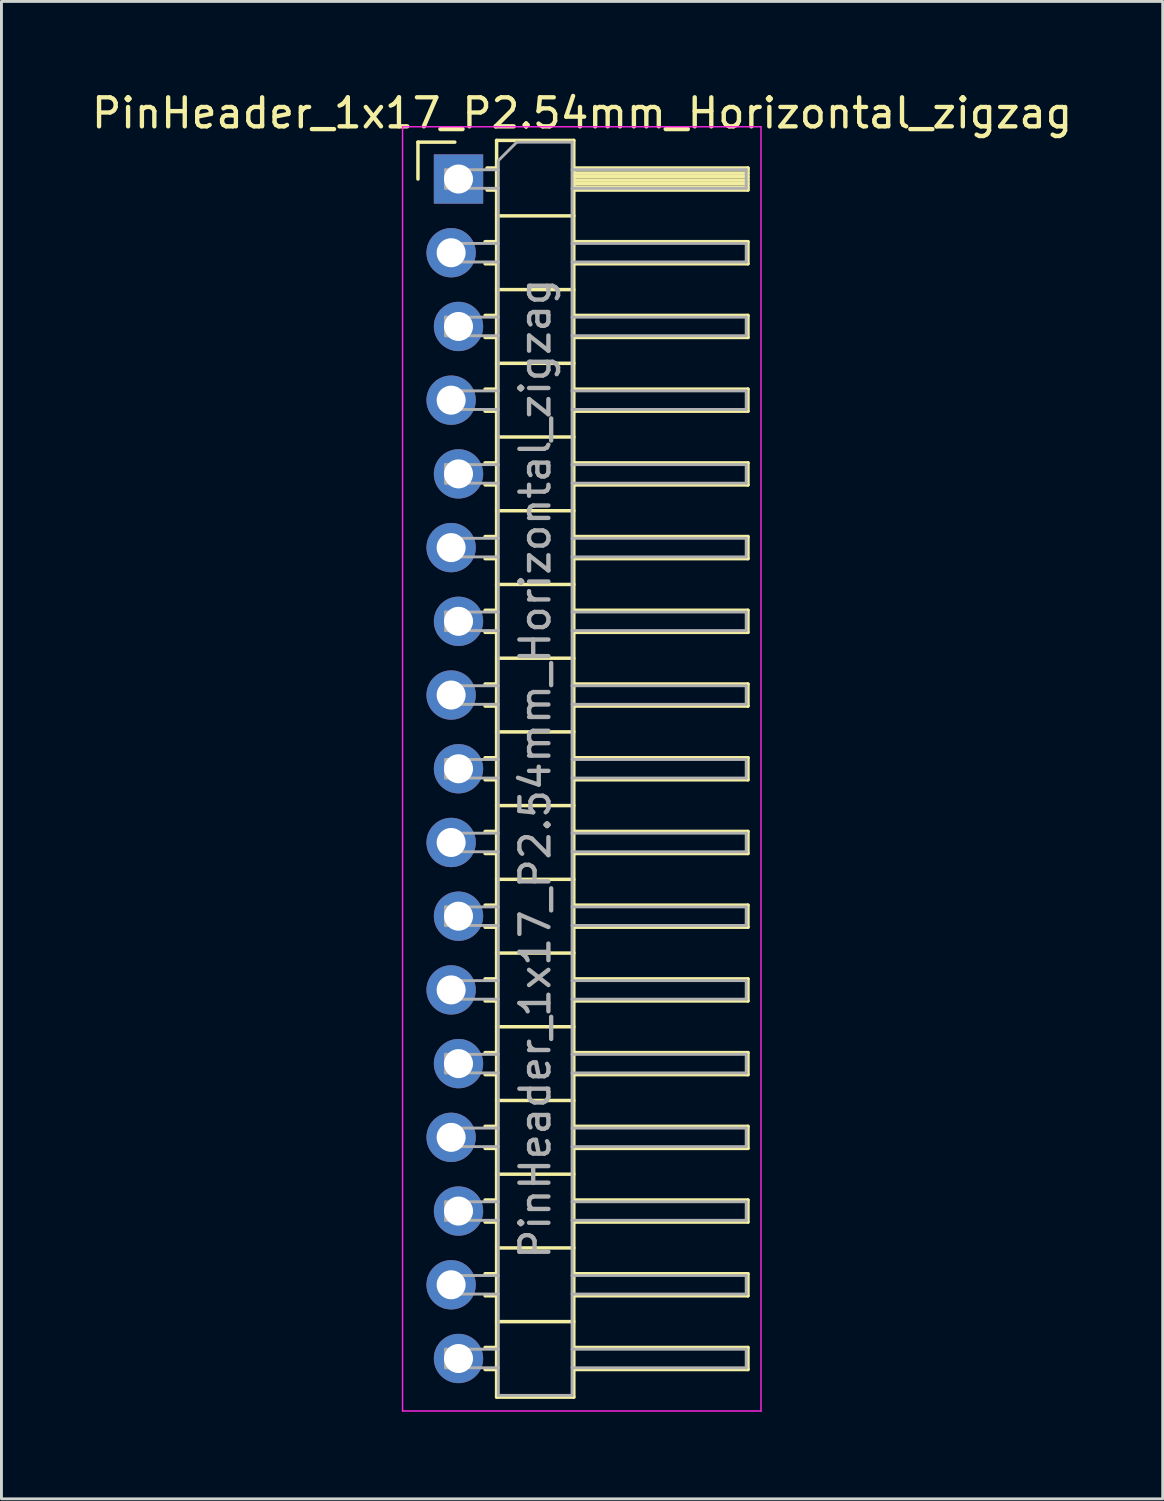
<source format=kicad_pcb>
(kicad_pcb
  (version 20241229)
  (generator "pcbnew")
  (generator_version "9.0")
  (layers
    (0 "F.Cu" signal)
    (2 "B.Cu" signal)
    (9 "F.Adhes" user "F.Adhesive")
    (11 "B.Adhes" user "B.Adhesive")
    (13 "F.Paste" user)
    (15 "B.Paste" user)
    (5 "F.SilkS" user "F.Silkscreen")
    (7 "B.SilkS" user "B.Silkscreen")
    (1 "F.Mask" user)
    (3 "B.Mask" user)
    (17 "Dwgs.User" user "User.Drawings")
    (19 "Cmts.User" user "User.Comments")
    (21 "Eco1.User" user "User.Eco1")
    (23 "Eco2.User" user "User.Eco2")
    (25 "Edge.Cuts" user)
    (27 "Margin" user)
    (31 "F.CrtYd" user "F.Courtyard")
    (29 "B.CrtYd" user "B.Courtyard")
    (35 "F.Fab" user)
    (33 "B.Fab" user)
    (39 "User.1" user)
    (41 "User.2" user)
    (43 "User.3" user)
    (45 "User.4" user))
  (footprint "PinHeader_1x17_P2.54mm_Horizontal_zigzag"
    (layer "F.Cu")
    (at 12.621 3.118)
    (property "Reference" "PinHeader_1x17_P2.54mm_Horizontal_zigzag" (at 4.385 -2.27 0) (layer "F.SilkS") (effects (font (size 1 1) (thickness 0.15))))
    (attr through_hole)
    (fp_line (start -1.27 -1.27) (end 0 -1.27) (stroke (width 0.12) (type solid)) (layer "F.SilkS"))
    (fp_line (start -1.27 0) (end -1.27 -1.27) (stroke (width 0.12) (type solid)) (layer "F.SilkS"))
    (fp_line (start 1.043 2.16) (end 1.44 2.16) (stroke (width 0.12) (type solid)) (layer "F.SilkS"))
    (fp_line (start 1.043 2.92) (end 1.44 2.92) (stroke (width 0.12) (type solid)) (layer "F.SilkS"))
    (fp_line (start 1.043 4.7) (end 1.44 4.7) (stroke (width 0.12) (type solid)) (layer "F.SilkS"))
    (fp_line (start 1.043 5.46) (end 1.44 5.46) (stroke (width 0.12) (type solid)) (layer "F.SilkS"))
    (fp_line (start 1.043 7.24) (end 1.44 7.24) (stroke (width 0.12) (type solid)) (layer "F.SilkS"))
    (fp_line (start 1.043 8) (end 1.44 8) (stroke (width 0.12) (type solid)) (layer "F.SilkS"))
    (fp_line (start 1.043 9.78) (end 1.44 9.78) (stroke (width 0.12) (type solid)) (layer "F.SilkS"))
    (fp_line (start 1.043 10.54) (end 1.44 10.54) (stroke (width 0.12) (type solid)) (layer "F.SilkS"))
    (fp_line (start 1.043 12.32) (end 1.44 12.32) (stroke (width 0.12) (type solid)) (layer "F.SilkS"))
    (fp_line (start 1.043 13.08) (end 1.44 13.08) (stroke (width 0.12) (type solid)) (layer "F.SilkS"))
    (fp_line (start 1.043 14.86) (end 1.44 14.86) (stroke (width 0.12) (type solid)) (layer "F.SilkS"))
    (fp_line (start 1.043 15.62) (end 1.44 15.62) (stroke (width 0.12) (type solid)) (layer "F.SilkS"))
    (fp_line (start 1.043 17.4) (end 1.44 17.4) (stroke (width 0.12) (type solid)) (layer "F.SilkS"))
    (fp_line (start 1.043 18.16) (end 1.44 18.16) (stroke (width 0.12) (type solid)) (layer "F.SilkS"))
    (fp_line (start 1.043 19.94) (end 1.44 19.94) (stroke (width 0.12) (type solid)) (layer "F.SilkS"))
    (fp_line (start 1.043 20.7) (end 1.44 20.7) (stroke (width 0.12) (type solid)) (layer "F.SilkS"))
    (fp_line (start 1.043 22.48) (end 1.44 22.48) (stroke (width 0.12) (type solid)) (layer "F.SilkS"))
    (fp_line (start 1.043 23.24) (end 1.44 23.24) (stroke (width 0.12) (type solid)) (layer "F.SilkS"))
    (fp_line (start 1.043 25.02) (end 1.44 25.02) (stroke (width 0.12) (type solid)) (layer "F.SilkS"))
    (fp_line (start 1.043 25.78) (end 1.44 25.78) (stroke (width 0.12) (type solid)) (layer "F.SilkS"))
    (fp_line (start 1.043 27.56) (end 1.44 27.56) (stroke (width 0.12) (type solid)) (layer "F.SilkS"))
    (fp_line (start 1.043 28.32) (end 1.44 28.32) (stroke (width 0.12) (type solid)) (layer "F.SilkS"))
    (fp_line (start 1.043 30.1) (end 1.44 30.1) (stroke (width 0.12) (type solid)) (layer "F.SilkS"))
    (fp_line (start 1.043 30.86) (end 1.44 30.86) (stroke (width 0.12) (type solid)) (layer "F.SilkS"))
    (fp_line (start 1.043 32.64) (end 1.44 32.64) (stroke (width 0.12) (type solid)) (layer "F.SilkS"))
    (fp_line (start 1.043 33.4) (end 1.44 33.4) (stroke (width 0.12) (type solid)) (layer "F.SilkS"))
    (fp_line (start 1.043 35.18) (end 1.44 35.18) (stroke (width 0.12) (type solid)) (layer "F.SilkS"))
    (fp_line (start 1.043 35.94) (end 1.44 35.94) (stroke (width 0.12) (type solid)) (layer "F.SilkS"))
    (fp_line (start 1.043 37.72) (end 1.44 37.72) (stroke (width 0.12) (type solid)) (layer "F.SilkS"))
    (fp_line (start 1.043 38.48) (end 1.44 38.48) (stroke (width 0.12) (type solid)) (layer "F.SilkS"))
    (fp_line (start 1.043 40.26) (end 1.44 40.26) (stroke (width 0.12) (type solid)) (layer "F.SilkS"))
    (fp_line (start 1.043 41.02) (end 1.44 41.02) (stroke (width 0.12) (type solid)) (layer "F.SilkS"))
    (fp_line (start 1.11 -0.38) (end 1.44 -0.38) (stroke (width 0.12) (type solid)) (layer "F.SilkS"))
    (fp_line (start 1.11 0.38) (end 1.44 0.38) (stroke (width 0.12) (type solid)) (layer "F.SilkS"))
    (fp_line (start 1.44 -1.33) (end 1.44 41.97) (stroke (width 0.12) (type solid)) (layer "F.SilkS"))
    (fp_line (start 1.44 1.27) (end 4.1 1.27) (stroke (width 0.12) (type solid)) (layer "F.SilkS"))
    (fp_line (start 1.44 3.81) (end 4.1 3.81) (stroke (width 0.12) (type solid)) (layer "F.SilkS"))
    (fp_line (start 1.44 6.35) (end 4.1 6.35) (stroke (width 0.12) (type solid)) (layer "F.SilkS"))
    (fp_line (start 1.44 8.89) (end 4.1 8.89) (stroke (width 0.12) (type solid)) (layer "F.SilkS"))
    (fp_line (start 1.44 11.43) (end 4.1 11.43) (stroke (width 0.12) (type solid)) (layer "F.SilkS"))
    (fp_line (start 1.44 13.97) (end 4.1 13.97) (stroke (width 0.12) (type solid)) (layer "F.SilkS"))
    (fp_line (start 1.44 16.51) (end 4.1 16.51) (stroke (width 0.12) (type solid)) (layer "F.SilkS"))
    (fp_line (start 1.44 19.05) (end 4.1 19.05) (stroke (width 0.12) (type solid)) (layer "F.SilkS"))
    (fp_line (start 1.44 21.59) (end 4.1 21.59) (stroke (width 0.12) (type solid)) (layer "F.SilkS"))
    (fp_line (start 1.44 24.13) (end 4.1 24.13) (stroke (width 0.12) (type solid)) (layer "F.SilkS"))
    (fp_line (start 1.44 26.67) (end 4.1 26.67) (stroke (width 0.12) (type solid)) (layer "F.SilkS"))
    (fp_line (start 1.44 29.21) (end 4.1 29.21) (stroke (width 0.12) (type solid)) (layer "F.SilkS"))
    (fp_line (start 1.44 31.75) (end 4.1 31.75) (stroke (width 0.12) (type solid)) (layer "F.SilkS"))
    (fp_line (start 1.44 34.29) (end 4.1 34.29) (stroke (width 0.12) (type solid)) (layer "F.SilkS"))
    (fp_line (start 1.44 36.83) (end 4.1 36.83) (stroke (width 0.12) (type solid)) (layer "F.SilkS"))
    (fp_line (start 1.44 39.37) (end 4.1 39.37) (stroke (width 0.12) (type solid)) (layer "F.SilkS"))
    (fp_line (start 1.44 41.97) (end 4.1 41.97) (stroke (width 0.12) (type solid)) (layer "F.SilkS"))
    (fp_line (start 4.1 -1.33) (end 1.44 -1.33) (stroke (width 0.12) (type solid)) (layer "F.SilkS"))
    (fp_line (start 4.1 -0.38) (end 10.1 -0.38) (stroke (width 0.12) (type solid)) (layer "F.SilkS"))
    (fp_line (start 4.1 -0.32) (end 10.1 -0.32) (stroke (width 0.12) (type solid)) (layer "F.SilkS"))
    (fp_line (start 4.1 -0.2) (end 10.1 -0.2) (stroke (width 0.12) (type solid)) (layer "F.SilkS"))
    (fp_line (start 4.1 -0.08) (end 10.1 -0.08) (stroke (width 0.12) (type solid)) (layer "F.SilkS"))
    (fp_line (start 4.1 0.04) (end 10.1 0.04) (stroke (width 0.12) (type solid)) (layer "F.SilkS"))
    (fp_line (start 4.1 0.16) (end 10.1 0.16) (stroke (width 0.12) (type solid)) (layer "F.SilkS"))
    (fp_line (start 4.1 0.28) (end 10.1 0.28) (stroke (width 0.12) (type solid)) (layer "F.SilkS"))
    (fp_line (start 4.1 2.16) (end 10.1 2.16) (stroke (width 0.12) (type solid)) (layer "F.SilkS"))
    (fp_line (start 4.1 4.7) (end 10.1 4.7) (stroke (width 0.12) (type solid)) (layer "F.SilkS"))
    (fp_line (start 4.1 7.24) (end 10.1 7.24) (stroke (width 0.12) (type solid)) (layer "F.SilkS"))
    (fp_line (start 4.1 9.78) (end 10.1 9.78) (stroke (width 0.12) (type solid)) (layer "F.SilkS"))
    (fp_line (start 4.1 12.32) (end 10.1 12.32) (stroke (width 0.12) (type solid)) (layer "F.SilkS"))
    (fp_line (start 4.1 14.86) (end 10.1 14.86) (stroke (width 0.12) (type solid)) (layer "F.SilkS"))
    (fp_line (start 4.1 17.4) (end 10.1 17.4) (stroke (width 0.12) (type solid)) (layer "F.SilkS"))
    (fp_line (start 4.1 19.94) (end 10.1 19.94) (stroke (width 0.12) (type solid)) (layer "F.SilkS"))
    (fp_line (start 4.1 22.48) (end 10.1 22.48) (stroke (width 0.12) (type solid)) (layer "F.SilkS"))
    (fp_line (start 4.1 25.02) (end 10.1 25.02) (stroke (width 0.12) (type solid)) (layer "F.SilkS"))
    (fp_line (start 4.1 27.56) (end 10.1 27.56) (stroke (width 0.12) (type solid)) (layer "F.SilkS"))
    (fp_line (start 4.1 30.1) (end 10.1 30.1) (stroke (width 0.12) (type solid)) (layer "F.SilkS"))
    (fp_line (start 4.1 32.64) (end 10.1 32.64) (stroke (width 0.12) (type solid)) (layer "F.SilkS"))
    (fp_line (start 4.1 35.18) (end 10.1 35.18) (stroke (width 0.12) (type solid)) (layer "F.SilkS"))
    (fp_line (start 4.1 37.72) (end 10.1 37.72) (stroke (width 0.12) (type solid)) (layer "F.SilkS"))
    (fp_line (start 4.1 40.26) (end 10.1 40.26) (stroke (width 0.12) (type solid)) (layer "F.SilkS"))
    (fp_line (start 4.1 41.97) (end 4.1 -1.33) (stroke (width 0.12) (type solid)) (layer "F.SilkS"))
    (fp_line (start 10.1 -0.38) (end 10.1 0.38) (stroke (width 0.12) (type solid)) (layer "F.SilkS"))
    (fp_line (start 10.1 0.38) (end 4.1 0.38) (stroke (width 0.12) (type solid)) (layer "F.SilkS"))
    (fp_line (start 10.1 2.16) (end 10.1 2.92) (stroke (width 0.12) (type solid)) (layer "F.SilkS"))
    (fp_line (start 10.1 2.92) (end 4.1 2.92) (stroke (width 0.12) (type solid)) (layer "F.SilkS"))
    (fp_line (start 10.1 4.7) (end 10.1 5.46) (stroke (width 0.12) (type solid)) (layer "F.SilkS"))
    (fp_line (start 10.1 5.46) (end 4.1 5.46) (stroke (width 0.12) (type solid)) (layer "F.SilkS"))
    (fp_line (start 10.1 7.24) (end 10.1 8) (stroke (width 0.12) (type solid)) (layer "F.SilkS"))
    (fp_line (start 10.1 8) (end 4.1 8) (stroke (width 0.12) (type solid)) (layer "F.SilkS"))
    (fp_line (start 10.1 9.78) (end 10.1 10.54) (stroke (width 0.12) (type solid)) (layer "F.SilkS"))
    (fp_line (start 10.1 10.54) (end 4.1 10.54) (stroke (width 0.12) (type solid)) (layer "F.SilkS"))
    (fp_line (start 10.1 12.32) (end 10.1 13.08) (stroke (width 0.12) (type solid)) (layer "F.SilkS"))
    (fp_line (start 10.1 13.08) (end 4.1 13.08) (stroke (width 0.12) (type solid)) (layer "F.SilkS"))
    (fp_line (start 10.1 14.86) (end 10.1 15.62) (stroke (width 0.12) (type solid)) (layer "F.SilkS"))
    (fp_line (start 10.1 15.62) (end 4.1 15.62) (stroke (width 0.12) (type solid)) (layer "F.SilkS"))
    (fp_line (start 10.1 17.4) (end 10.1 18.16) (stroke (width 0.12) (type solid)) (layer "F.SilkS"))
    (fp_line (start 10.1 18.16) (end 4.1 18.16) (stroke (width 0.12) (type solid)) (layer "F.SilkS"))
    (fp_line (start 10.1 19.94) (end 10.1 20.7) (stroke (width 0.12) (type solid)) (layer "F.SilkS"))
    (fp_line (start 10.1 20.7) (end 4.1 20.7) (stroke (width 0.12) (type solid)) (layer "F.SilkS"))
    (fp_line (start 10.1 22.48) (end 10.1 23.24) (stroke (width 0.12) (type solid)) (layer "F.SilkS"))
    (fp_line (start 10.1 23.24) (end 4.1 23.24) (stroke (width 0.12) (type solid)) (layer "F.SilkS"))
    (fp_line (start 10.1 25.02) (end 10.1 25.78) (stroke (width 0.12) (type solid)) (layer "F.SilkS"))
    (fp_line (start 10.1 25.78) (end 4.1 25.78) (stroke (width 0.12) (type solid)) (layer "F.SilkS"))
    (fp_line (start 10.1 27.56) (end 10.1 28.32) (stroke (width 0.12) (type solid)) (layer "F.SilkS"))
    (fp_line (start 10.1 28.32) (end 4.1 28.32) (stroke (width 0.12) (type solid)) (layer "F.SilkS"))
    (fp_line (start 10.1 30.1) (end 10.1 30.86) (stroke (width 0.12) (type solid)) (layer "F.SilkS"))
    (fp_line (start 10.1 30.86) (end 4.1 30.86) (stroke (width 0.12) (type solid)) (layer "F.SilkS"))
    (fp_line (start 10.1 32.64) (end 10.1 33.4) (stroke (width 0.12) (type solid)) (layer "F.SilkS"))
    (fp_line (start 10.1 33.4) (end 4.1 33.4) (stroke (width 0.12) (type solid)) (layer "F.SilkS"))
    (fp_line (start 10.1 35.18) (end 10.1 35.94) (stroke (width 0.12) (type solid)) (layer "F.SilkS"))
    (fp_line (start 10.1 35.94) (end 4.1 35.94) (stroke (width 0.12) (type solid)) (layer "F.SilkS"))
    (fp_line (start 10.1 37.72) (end 10.1 38.48) (stroke (width 0.12) (type solid)) (layer "F.SilkS"))
    (fp_line (start 10.1 38.48) (end 4.1 38.48) (stroke (width 0.12) (type solid)) (layer "F.SilkS"))
    (fp_line (start 10.1 40.26) (end 10.1 41.02) (stroke (width 0.12) (type solid)) (layer "F.SilkS"))
    (fp_line (start 10.1 41.02) (end 4.1 41.02) (stroke (width 0.12) (type solid)) (layer "F.SilkS"))
    (fp_line (start -1.8 -1.8) (end -1.8 42.45) (stroke (width 0.05) (type solid)) (layer "F.CrtYd"))
    (fp_line (start -1.8 42.45) (end 10.55 42.45) (stroke (width 0.05) (type solid)) (layer "F.CrtYd"))
    (fp_line (start 10.55 -1.8) (end -1.8 -1.8) (stroke (width 0.05) (type solid)) (layer "F.CrtYd"))
    (fp_line (start 10.55 42.45) (end 10.55 -1.8) (stroke (width 0.05) (type solid)) (layer "F.CrtYd"))
    (fp_line (start -0.32 -0.32) (end -0.32 0.32) (stroke (width 0.1) (type solid)) (layer "F.Fab"))
    (fp_line (start -0.32 -0.32) (end 1.5 -0.32) (stroke (width 0.1) (type solid)) (layer "F.Fab"))
    (fp_line (start -0.32 0.32) (end 1.5 0.32) (stroke (width 0.1) (type solid)) (layer "F.Fab"))
    (fp_line (start -0.32 2.22) (end -0.32 2.86) (stroke (width 0.1) (type solid)) (layer "F.Fab"))
    (fp_line (start -0.32 2.22) (end 1.5 2.22) (stroke (width 0.1) (type solid)) (layer "F.Fab"))
    (fp_line (start -0.32 2.86) (end 1.5 2.86) (stroke (width 0.1) (type solid)) (layer "F.Fab"))
    (fp_line (start -0.32 4.76) (end -0.32 5.4) (stroke (width 0.1) (type solid)) (layer "F.Fab"))
    (fp_line (start -0.32 4.76) (end 1.5 4.76) (stroke (width 0.1) (type solid)) (layer "F.Fab"))
    (fp_line (start -0.32 5.4) (end 1.5 5.4) (stroke (width 0.1) (type solid)) (layer "F.Fab"))
    (fp_line (start -0.32 7.3) (end -0.32 7.94) (stroke (width 0.1) (type solid)) (layer "F.Fab"))
    (fp_line (start -0.32 7.3) (end 1.5 7.3) (stroke (width 0.1) (type solid)) (layer "F.Fab"))
    (fp_line (start -0.32 7.94) (end 1.5 7.94) (stroke (width 0.1) (type solid)) (layer "F.Fab"))
    (fp_line (start -0.32 9.84) (end -0.32 10.48) (stroke (width 0.1) (type solid)) (layer "F.Fab"))
    (fp_line (start -0.32 9.84) (end 1.5 9.84) (stroke (width 0.1) (type solid)) (layer "F.Fab"))
    (fp_line (start -0.32 10.48) (end 1.5 10.48) (stroke (width 0.1) (type solid)) (layer "F.Fab"))
    (fp_line (start -0.32 12.38) (end -0.32 13.02) (stroke (width 0.1) (type solid)) (layer "F.Fab"))
    (fp_line (start -0.32 12.38) (end 1.5 12.38) (stroke (width 0.1) (type solid)) (layer "F.Fab"))
    (fp_line (start -0.32 13.02) (end 1.5 13.02) (stroke (width 0.1) (type solid)) (layer "F.Fab"))
    (fp_line (start -0.32 14.92) (end -0.32 15.56) (stroke (width 0.1) (type solid)) (layer "F.Fab"))
    (fp_line (start -0.32 14.92) (end 1.5 14.92) (stroke (width 0.1) (type solid)) (layer "F.Fab"))
    (fp_line (start -0.32 15.56) (end 1.5 15.56) (stroke (width 0.1) (type solid)) (layer "F.Fab"))
    (fp_line (start -0.32 17.46) (end -0.32 18.1) (stroke (width 0.1) (type solid)) (layer "F.Fab"))
    (fp_line (start -0.32 17.46) (end 1.5 17.46) (stroke (width 0.1) (type solid)) (layer "F.Fab"))
    (fp_line (start -0.32 18.1) (end 1.5 18.1) (stroke (width 0.1) (type solid)) (layer "F.Fab"))
    (fp_line (start -0.32 20) (end -0.32 20.64) (stroke (width 0.1) (type solid)) (layer "F.Fab"))
    (fp_line (start -0.32 20) (end 1.5 20) (stroke (width 0.1) (type solid)) (layer "F.Fab"))
    (fp_line (start -0.32 20.64) (end 1.5 20.64) (stroke (width 0.1) (type solid)) (layer "F.Fab"))
    (fp_line (start -0.32 22.54) (end -0.32 23.18) (stroke (width 0.1) (type solid)) (layer "F.Fab"))
    (fp_line (start -0.32 22.54) (end 1.5 22.54) (stroke (width 0.1) (type solid)) (layer "F.Fab"))
    (fp_line (start -0.32 23.18) (end 1.5 23.18) (stroke (width 0.1) (type solid)) (layer "F.Fab"))
    (fp_line (start -0.32 25.08) (end -0.32 25.72) (stroke (width 0.1) (type solid)) (layer "F.Fab"))
    (fp_line (start -0.32 25.08) (end 1.5 25.08) (stroke (width 0.1) (type solid)) (layer "F.Fab"))
    (fp_line (start -0.32 25.72) (end 1.5 25.72) (stroke (width 0.1) (type solid)) (layer "F.Fab"))
    (fp_line (start -0.32 27.62) (end -0.32 28.26) (stroke (width 0.1) (type solid)) (layer "F.Fab"))
    (fp_line (start -0.32 27.62) (end 1.5 27.62) (stroke (width 0.1) (type solid)) (layer "F.Fab"))
    (fp_line (start -0.32 28.26) (end 1.5 28.26) (stroke (width 0.1) (type solid)) (layer "F.Fab"))
    (fp_line (start -0.32 30.16) (end -0.32 30.8) (stroke (width 0.1) (type solid)) (layer "F.Fab"))
    (fp_line (start -0.32 30.16) (end 1.5 30.16) (stroke (width 0.1) (type solid)) (layer "F.Fab"))
    (fp_line (start -0.32 30.8) (end 1.5 30.8) (stroke (width 0.1) (type solid)) (layer "F.Fab"))
    (fp_line (start -0.32 32.7) (end -0.32 33.34) (stroke (width 0.1) (type solid)) (layer "F.Fab"))
    (fp_line (start -0.32 32.7) (end 1.5 32.7) (stroke (width 0.1) (type solid)) (layer "F.Fab"))
    (fp_line (start -0.32 33.34) (end 1.5 33.34) (stroke (width 0.1) (type solid)) (layer "F.Fab"))
    (fp_line (start -0.32 35.24) (end -0.32 35.88) (stroke (width 0.1) (type solid)) (layer "F.Fab"))
    (fp_line (start -0.32 35.24) (end 1.5 35.24) (stroke (width 0.1) (type solid)) (layer "F.Fab"))
    (fp_line (start -0.32 35.88) (end 1.5 35.88) (stroke (width 0.1) (type solid)) (layer "F.Fab"))
    (fp_line (start -0.32 37.78) (end -0.32 38.42) (stroke (width 0.1) (type solid)) (layer "F.Fab"))
    (fp_line (start -0.32 37.78) (end 1.5 37.78) (stroke (width 0.1) (type solid)) (layer "F.Fab"))
    (fp_line (start -0.32 38.42) (end 1.5 38.42) (stroke (width 0.1) (type solid)) (layer "F.Fab"))
    (fp_line (start -0.32 40.32) (end -0.32 40.96) (stroke (width 0.1) (type solid)) (layer "F.Fab"))
    (fp_line (start -0.32 40.32) (end 1.5 40.32) (stroke (width 0.1) (type solid)) (layer "F.Fab"))
    (fp_line (start -0.32 40.96) (end 1.5 40.96) (stroke (width 0.1) (type solid)) (layer "F.Fab"))
    (fp_line (start 1.5 -0.635) (end 2.135 -1.27) (stroke (width 0.1) (type solid)) (layer "F.Fab"))
    (fp_line (start 1.5 41.91) (end 1.5 -0.635) (stroke (width 0.1) (type solid)) (layer "F.Fab"))
    (fp_line (start 2.135 -1.27) (end 4.04 -1.27) (stroke (width 0.1) (type solid)) (layer "F.Fab"))
    (fp_line (start 4.04 -1.27) (end 4.04 41.91) (stroke (width 0.1) (type solid)) (layer "F.Fab"))
    (fp_line (start 4.04 -0.32) (end 10.04 -0.32) (stroke (width 0.1) (type solid)) (layer "F.Fab"))
    (fp_line (start 4.04 0.32) (end 10.04 0.32) (stroke (width 0.1) (type solid)) (layer "F.Fab"))
    (fp_line (start 4.04 2.22) (end 10.04 2.22) (stroke (width 0.1) (type solid)) (layer "F.Fab"))
    (fp_line (start 4.04 2.86) (end 10.04 2.86) (stroke (width 0.1) (type solid)) (layer "F.Fab"))
    (fp_line (start 4.04 4.76) (end 10.04 4.76) (stroke (width 0.1) (type solid)) (layer "F.Fab"))
    (fp_line (start 4.04 5.4) (end 10.04 5.4) (stroke (width 0.1) (type solid)) (layer "F.Fab"))
    (fp_line (start 4.04 7.3) (end 10.04 7.3) (stroke (width 0.1) (type solid)) (layer "F.Fab"))
    (fp_line (start 4.04 7.94) (end 10.04 7.94) (stroke (width 0.1) (type solid)) (layer "F.Fab"))
    (fp_line (start 4.04 9.84) (end 10.04 9.84) (stroke (width 0.1) (type solid)) (layer "F.Fab"))
    (fp_line (start 4.04 10.48) (end 10.04 10.48) (stroke (width 0.1) (type solid)) (layer "F.Fab"))
    (fp_line (start 4.04 12.38) (end 10.04 12.38) (stroke (width 0.1) (type solid)) (layer "F.Fab"))
    (fp_line (start 4.04 13.02) (end 10.04 13.02) (stroke (width 0.1) (type solid)) (layer "F.Fab"))
    (fp_line (start 4.04 14.92) (end 10.04 14.92) (stroke (width 0.1) (type solid)) (layer "F.Fab"))
    (fp_line (start 4.04 15.56) (end 10.04 15.56) (stroke (width 0.1) (type solid)) (layer "F.Fab"))
    (fp_line (start 4.04 17.46) (end 10.04 17.46) (stroke (width 0.1) (type solid)) (layer "F.Fab"))
    (fp_line (start 4.04 18.1) (end 10.04 18.1) (stroke (width 0.1) (type solid)) (layer "F.Fab"))
    (fp_line (start 4.04 20) (end 10.04 20) (stroke (width 0.1) (type solid)) (layer "F.Fab"))
    (fp_line (start 4.04 20.64) (end 10.04 20.64) (stroke (width 0.1) (type solid)) (layer "F.Fab"))
    (fp_line (start 4.04 22.54) (end 10.04 22.54) (stroke (width 0.1) (type solid)) (layer "F.Fab"))
    (fp_line (start 4.04 23.18) (end 10.04 23.18) (stroke (width 0.1) (type solid)) (layer "F.Fab"))
    (fp_line (start 4.04 25.08) (end 10.04 25.08) (stroke (width 0.1) (type solid)) (layer "F.Fab"))
    (fp_line (start 4.04 25.72) (end 10.04 25.72) (stroke (width 0.1) (type solid)) (layer "F.Fab"))
    (fp_line (start 4.04 27.62) (end 10.04 27.62) (stroke (width 0.1) (type solid)) (layer "F.Fab"))
    (fp_line (start 4.04 28.26) (end 10.04 28.26) (stroke (width 0.1) (type solid)) (layer "F.Fab"))
    (fp_line (start 4.04 30.16) (end 10.04 30.16) (stroke (width 0.1) (type solid)) (layer "F.Fab"))
    (fp_line (start 4.04 30.8) (end 10.04 30.8) (stroke (width 0.1) (type solid)) (layer "F.Fab"))
    (fp_line (start 4.04 32.7) (end 10.04 32.7) (stroke (width 0.1) (type solid)) (layer "F.Fab"))
    (fp_line (start 4.04 33.34) (end 10.04 33.34) (stroke (width 0.1) (type solid)) (layer "F.Fab"))
    (fp_line (start 4.04 35.24) (end 10.04 35.24) (stroke (width 0.1) (type solid)) (layer "F.Fab"))
    (fp_line (start 4.04 35.88) (end 10.04 35.88) (stroke (width 0.1) (type solid)) (layer "F.Fab"))
    (fp_line (start 4.04 37.78) (end 10.04 37.78) (stroke (width 0.1) (type solid)) (layer "F.Fab"))
    (fp_line (start 4.04 38.42) (end 10.04 38.42) (stroke (width 0.1) (type solid)) (layer "F.Fab"))
    (fp_line (start 4.04 40.32) (end 10.04 40.32) (stroke (width 0.1) (type solid)) (layer "F.Fab"))
    (fp_line (start 4.04 40.96) (end 10.04 40.96) (stroke (width 0.1) (type solid)) (layer "F.Fab"))
    (fp_line (start 4.04 41.91) (end 1.5 41.91) (stroke (width 0.1) (type solid)) (layer "F.Fab"))
    (fp_line (start 10.04 -0.32) (end 10.04 0.32) (stroke (width 0.1) (type solid)) (layer "F.Fab"))
    (fp_line (start 10.04 2.22) (end 10.04 2.86) (stroke (width 0.1) (type solid)) (layer "F.Fab"))
    (fp_line (start 10.04 4.76) (end 10.04 5.4) (stroke (width 0.1) (type solid)) (layer "F.Fab"))
    (fp_line (start 10.04 7.3) (end 10.04 7.94) (stroke (width 0.1) (type solid)) (layer "F.Fab"))
    (fp_line (start 10.04 9.84) (end 10.04 10.48) (stroke (width 0.1) (type solid)) (layer "F.Fab"))
    (fp_line (start 10.04 12.38) (end 10.04 13.02) (stroke (width 0.1) (type solid)) (layer "F.Fab"))
    (fp_line (start 10.04 14.92) (end 10.04 15.56) (stroke (width 0.1) (type solid)) (layer "F.Fab"))
    (fp_line (start 10.04 17.46) (end 10.04 18.1) (stroke (width 0.1) (type solid)) (layer "F.Fab"))
    (fp_line (start 10.04 20) (end 10.04 20.64) (stroke (width 0.1) (type solid)) (layer "F.Fab"))
    (fp_line (start 10.04 22.54) (end 10.04 23.18) (stroke (width 0.1) (type solid)) (layer "F.Fab"))
    (fp_line (start 10.04 25.08) (end 10.04 25.72) (stroke (width 0.1) (type solid)) (layer "F.Fab"))
    (fp_line (start 10.04 27.62) (end 10.04 28.26) (stroke (width 0.1) (type solid)) (layer "F.Fab"))
    (fp_line (start 10.04 30.16) (end 10.04 30.8) (stroke (width 0.1) (type solid)) (layer "F.Fab"))
    (fp_line (start 10.04 32.7) (end 10.04 33.34) (stroke (width 0.1) (type solid)) (layer "F.Fab"))
    (fp_line (start 10.04 35.24) (end 10.04 35.88) (stroke (width 0.1) (type solid)) (layer "F.Fab"))
    (fp_line (start 10.04 37.78) (end 10.04 38.42) (stroke (width 0.1) (type solid)) (layer "F.Fab"))
    (fp_line (start 10.04 40.32) (end 10.04 40.96) (stroke (width 0.1) (type solid)) (layer "F.Fab"))
    (fp_text user "${REFERENCE}" (at 2.77 20.32 90) (layer "F.Fab") (effects (font (size 1 1) (thickness 0.15))))
    (pad "1" thru_hole rect (at 0.127 0) (size 1.7 1.7) (drill 1) (layers "*.Cu" "*.Mask"))
    (pad "2" thru_hole oval (at -0.127 2.54) (size 1.7 1.7) (drill 1) (layers "*.Cu" "*.Mask"))
    (pad "3" thru_hole oval (at 0.127 5.08) (size 1.7 1.7) (drill 1) (layers "*.Cu" "*.Mask"))
    (pad "4" thru_hole oval (at -0.127 7.62) (size 1.7 1.7) (drill 1) (layers "*.Cu" "*.Mask"))
    (pad "5" thru_hole oval (at 0.127 10.16) (size 1.7 1.7) (drill 1) (layers "*.Cu" "*.Mask"))
    (pad "6" thru_hole oval (at -0.127 12.7) (size 1.7 1.7) (drill 1) (layers "*.Cu" "*.Mask"))
    (pad "7" thru_hole oval (at 0.127 15.24) (size 1.7 1.7) (drill 1) (layers "*.Cu" "*.Mask"))
    (pad "8" thru_hole oval (at -0.127 17.78) (size 1.7 1.7) (drill 1) (layers "*.Cu" "*.Mask"))
    (pad "9" thru_hole oval (at 0.127 20.32) (size 1.7 1.7) (drill 1) (layers "*.Cu" "*.Mask"))
    (pad "10" thru_hole oval (at -0.127 22.86) (size 1.7 1.7) (drill 1) (layers "*.Cu" "*.Mask"))
    (pad "11" thru_hole oval (at 0.127 25.4) (size 1.7 1.7) (drill 1) (layers "*.Cu" "*.Mask"))
    (pad "12" thru_hole oval (at -0.127 27.94) (size 1.7 1.7) (drill 1) (layers "*.Cu" "*.Mask"))
    (pad "13" thru_hole oval (at 0.127 30.48) (size 1.7 1.7) (drill 1) (layers "*.Cu" "*.Mask"))
    (pad "14" thru_hole oval (at -0.127 33.02) (size 1.7 1.7) (drill 1) (layers "*.Cu" "*.Mask"))
    (pad "15" thru_hole oval (at 0.127 35.56) (size 1.7 1.7) (drill 1) (layers "*.Cu" "*.Mask"))
    (pad "16" thru_hole oval (at -0.127 38.1) (size 1.7 1.7) (drill 1) (layers "*.Cu" "*.Mask"))
    (pad "17" thru_hole oval (at 0.127 40.64) (size 1.7 1.7) (drill 1) (layers "*.Cu" "*.Mask")))
  (gr_rect
    (start -3 -3)
    (end 37.012 48.593)
    (stroke (width 0.1) (type default))
    (fill no)
    (layer "Edge.Cuts")))
</source>
